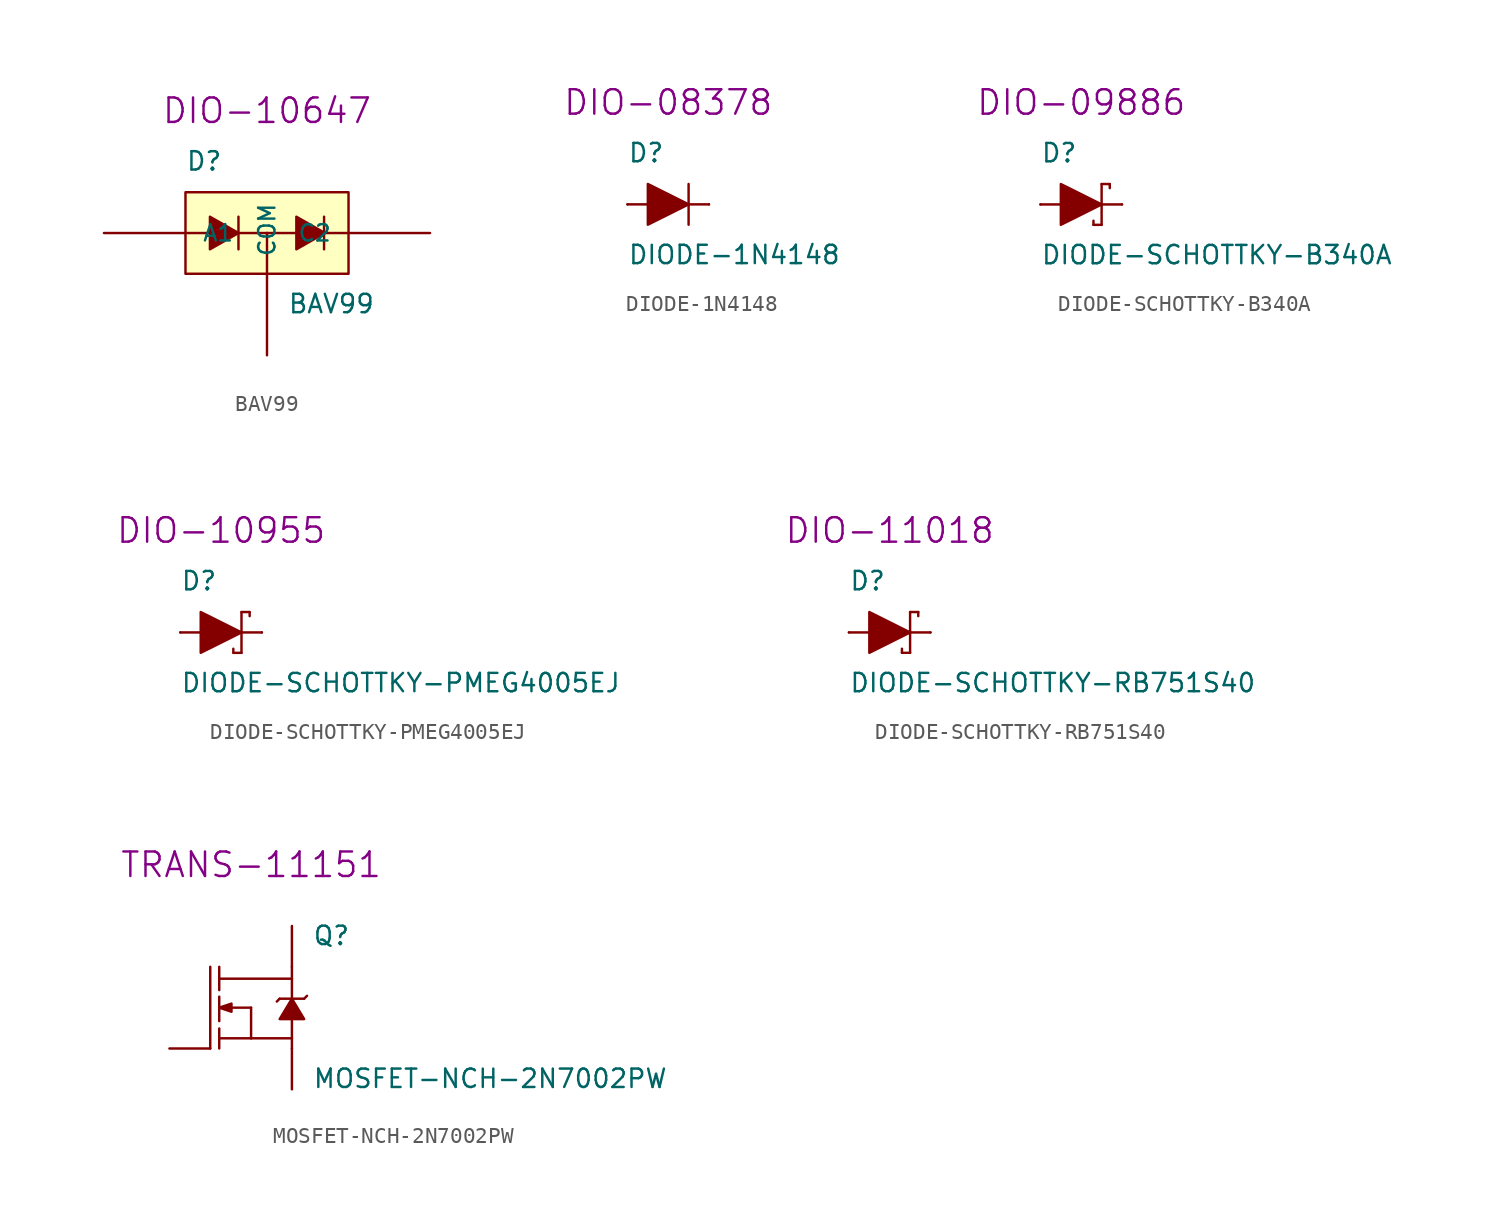
<source format=kicad_sym>
(kicad_symbol_lib
  (version 20220914)
  (generator kicad_symbol_editor)
  (symbol "BAV99"
    (pin_numbers hide)
    (pin_names
      (offset 1.016))
    (property "Reference" "D"
      (at -5.08 3.81 0)
      (effects (font (size 1.143 1.143)) (justify left bottom)))
    (property "Value" "BAV99"
      (at 1.27 -5.08 0)
      (effects (font (size 1.143 1.143)) (justify left bottom)))
    (property "Field4" "DIO-10647"
      (at 0 7.62 0)
      (effects (font (size 1.524 1.524))))
    (property "ki_locked" ""
      (at 0 0 0)
      (effects (font (size 1.27 1.27))))
    (symbol "BAV99_1_0"
      (polyline (pts (xy -5.08 0) (xy -3.556 0)) (stroke (width 0) (type solid)) (fill (type none)))
      (polyline (pts (xy -1.778 0) (xy -1.778 -1.016)) (stroke (width 0) (type solid)) (fill (type none)))
      (polyline (pts (xy -1.778 1.016) (xy -1.778 0)) (stroke (width 0) (type solid)) (fill (type none)))
      (polyline (pts (xy 0 -2.54) (xy 0 0)) (stroke (width 0) (type solid)) (fill (type none)))
      (polyline (pts (xy 0 0) (xy -1.778 0)) (stroke (width 0) (type solid)) (fill (type none)))
      (polyline (pts (xy 1.778 0) (xy 0 0)) (stroke (width 0) (type solid)) (fill (type none)))
      (polyline (pts (xy 3.556 0) (xy 3.556 -1.016)) (stroke (width 0) (type solid)) (fill (type none)))
      (polyline (pts (xy 3.556 1.016) (xy 3.556 0)) (stroke (width 0) (type solid)) (fill (type none)))
      (polyline (pts (xy 5.08 0) (xy 3.556 0)) (stroke (width 0) (type solid)) (fill (type none))))
    (symbol "BAV99_1_1"
      (polyline (pts (xy -3.556 1.016) (xy -1.778 0) (xy -1.778 0) (xy -3.556 -1.016) (xy -3.556 -1.016) (xy -3.556 1.016)) (stroke (width 0) (type solid)) (fill (type outline)))
      (polyline (pts (xy 1.829 1.016) (xy 3.607 0) (xy 3.607 0) (xy 1.829 -1.016) (xy 1.829 -1.016) (xy 1.829 1.016)) (stroke (width 0) (type solid)) (fill (type outline)))
      (polyline (pts (xy -5.08 2.54) (xy 5.08 2.54) (xy 5.08 0) (xy 5.08 -2.54) (xy 0 -2.54) (xy -5.08 -2.54) (xy -5.08 0) (xy -5.08 2.54)) (stroke (width 0) (type solid)) (fill (type background)))
      (pin bidirectional line (at -10.16 0 0) (length 5.08) (name "A1" (effects (font (size 1.016 1.016)))) (number "1" (effects (font (size 1.016 1.016)))))
      (pin bidirectional line (at 10.16 0 180) (length 5.08) (name "C2" (effects (font (size 1.016 1.016)))) (number "2" (effects (font (size 1.016 1.016)))))
      (pin bidirectional line (at 0 -7.62 90) (length 5.08) (name "COM" (effects (font (size 1.016 1.016)))) (number "3" (effects (font (size 1.016 1.016)))))))
  (symbol "DIODE-1N4148"
    (pin_numbers hide)
    (pin_names
      (offset 1.016) hide)
    (property "Reference" "D"
      (at -2.54 2.54 0)
      (effects (font (size 1.143 1.143)) (justify left bottom)))
    (property "Value" "DIODE-1N4148"
      (at -2.54 -3.81 0)
      (effects (font (size 1.143 1.143)) (justify left bottom)))
    (property "Field4" "DIO-08378"
      (at 0 6.35 0)
      (effects (font (size 1.524 1.524))))
    (property "ki_locked" ""
      (at 0 0 0)
      (effects (font (size 1.27 1.27))))
    (symbol "DIODE-1N4148_1_0"
      (polyline (pts (xy -2.54 0) (xy -1.27 0)) (stroke (width 0) (type solid)) (fill (type none)))
      (polyline (pts (xy 1.27 0) (xy 1.27 -1.27)) (stroke (width 0) (type solid)) (fill (type none)))
      (polyline (pts (xy 1.27 1.27) (xy 1.27 0)) (stroke (width 0) (type solid)) (fill (type none)))
      (polyline (pts (xy 2.54 0) (xy 1.27 0)) (stroke (width 0) (type solid)) (fill (type none))))
    (symbol "DIODE-1N4148_1_1"
      (polyline (pts (xy -1.27 1.27) (xy 1.27 0) (xy 1.27 0) (xy -1.27 -1.27) (xy -1.27 -1.27) (xy -1.27 1.27)) (stroke (width 0) (type solid)) (fill (type outline)))
      (pin passive line (at -2.54 0 0) (length 0) (name "A" (effects (font (size 1.016 1.016)))) (number "A" (effects (font (size 1.016 1.016)))))
      (pin passive line (at 2.54 0 180) (length 0) (name "C" (effects (font (size 1.016 1.016)))) (number "C" (effects (font (size 1.016 1.016)))))))
  (symbol "DIODE-SCHOTTKY-B340A"
    (pin_numbers hide)
    (pin_names
      (offset 1.016) hide)
    (property "Reference" "D"
      (at -2.54 2.54 0)
      (effects (font (size 1.143 1.143)) (justify left bottom)))
    (property "Value" "DIODE-SCHOTTKY-B340A"
      (at -2.54 -3.81 0)
      (effects (font (size 1.143 1.143)) (justify left bottom)))
    (property "Field4" "DIO-09886"
      (at 0 6.35 0)
      (effects (font (size 1.524 1.524))))
    (property "ki_locked" ""
      (at 0 0 0)
      (effects (font (size 1.27 1.27))))
    (symbol "DIODE-SCHOTTKY-B340A_1_0"
      (polyline (pts (xy -2.54 0) (xy -1.27 0)) (stroke (width 0) (type solid)) (fill (type none)))
      (polyline (pts (xy 0.762 -1.27) (xy 0.762 -1.016)) (stroke (width 0) (type solid)) (fill (type none)))
      (polyline (pts (xy 1.27 -1.27) (xy 0.762 -1.27)) (stroke (width 0) (type solid)) (fill (type none)))
      (polyline (pts (xy 1.27 0) (xy 1.27 -1.27)) (stroke (width 0) (type solid)) (fill (type none)))
      (polyline (pts (xy 1.27 1.27) (xy 1.27 0)) (stroke (width 0) (type solid)) (fill (type none)))
      (polyline (pts (xy 1.27 1.27) (xy 1.778 1.27)) (stroke (width 0) (type solid)) (fill (type none)))
      (polyline (pts (xy 1.778 1.27) (xy 1.778 1.016)) (stroke (width 0) (type solid)) (fill (type none)))
      (polyline (pts (xy 2.54 0) (xy 1.27 0)) (stroke (width 0) (type solid)) (fill (type none))))
    (symbol "DIODE-SCHOTTKY-B340A_1_1"
      (polyline (pts (xy -1.27 1.27) (xy 1.27 0) (xy 1.27 0) (xy -1.27 -1.27) (xy -1.27 -1.27) (xy -1.27 1.27)) (stroke (width 0) (type solid)) (fill (type outline)))
      (pin passive line (at -2.54 0 0) (length 0) (name "A" (effects (font (size 1.016 1.016)))) (number "A" (effects (font (size 1.016 1.016)))))
      (pin passive line (at 2.54 0 180) (length 0) (name "C" (effects (font (size 1.016 1.016)))) (number "C" (effects (font (size 1.016 1.016)))))))
  (symbol "DIODE-SCHOTTKY-PMEG4005EJ"
    (pin_numbers hide)
    (pin_names
      (offset 1.016) hide)
    (property "Reference" "D"
      (at -2.54 2.54 0)
      (effects (font (size 1.143 1.143)) (justify left bottom)))
    (property "Value" "DIODE-SCHOTTKY-PMEG4005EJ"
      (at -2.54 -3.81 0)
      (effects (font (size 1.143 1.143)) (justify left bottom)))
    (property "Field4" "DIO-10955"
      (at 0 6.35 0)
      (effects (font (size 1.524 1.524))))
    (property "ki_locked" ""
      (at 0 0 0)
      (effects (font (size 1.27 1.27))))
    (symbol "DIODE-SCHOTTKY-PMEG4005EJ_1_0"
      (polyline (pts (xy -2.54 0) (xy -1.27 0)) (stroke (width 0) (type solid)) (fill (type none)))
      (polyline (pts (xy 0.762 -1.27) (xy 0.762 -1.016)) (stroke (width 0) (type solid)) (fill (type none)))
      (polyline (pts (xy 1.27 -1.27) (xy 0.762 -1.27)) (stroke (width 0) (type solid)) (fill (type none)))
      (polyline (pts (xy 1.27 0) (xy 1.27 -1.27)) (stroke (width 0) (type solid)) (fill (type none)))
      (polyline (pts (xy 1.27 1.27) (xy 1.27 0)) (stroke (width 0) (type solid)) (fill (type none)))
      (polyline (pts (xy 1.27 1.27) (xy 1.778 1.27)) (stroke (width 0) (type solid)) (fill (type none)))
      (polyline (pts (xy 1.778 1.27) (xy 1.778 1.016)) (stroke (width 0) (type solid)) (fill (type none)))
      (polyline (pts (xy 2.54 0) (xy 1.27 0)) (stroke (width 0) (type solid)) (fill (type none))))
    (symbol "DIODE-SCHOTTKY-PMEG4005EJ_1_1"
      (polyline (pts (xy -1.27 1.27) (xy 1.27 0) (xy 1.27 0) (xy -1.27 -1.27) (xy -1.27 -1.27) (xy -1.27 1.27)) (stroke (width 0) (type solid)) (fill (type outline)))
      (pin passive line (at -2.54 0 0) (length 0) (name "A" (effects (font (size 1.016 1.016)))) (number "A" (effects (font (size 1.016 1.016)))))
      (pin passive line (at 2.54 0 180) (length 0) (name "C" (effects (font (size 1.016 1.016)))) (number "C" (effects (font (size 1.016 1.016)))))))
  (symbol "DIODE-SCHOTTKY-RB751S40"
    (pin_numbers hide)
    (pin_names
      (offset 1.016) hide)
    (property "Reference" "D"
      (at -2.54 2.54 0)
      (effects (font (size 1.143 1.143)) (justify left bottom)))
    (property "Value" "DIODE-SCHOTTKY-RB751S40"
      (at -2.54 -3.81 0)
      (effects (font (size 1.143 1.143)) (justify left bottom)))
    (property "Field4" "DIO-11018"
      (at 0 6.35 0)
      (effects (font (size 1.524 1.524))))
    (property "ki_locked" ""
      (at 0 0 0)
      (effects (font (size 1.27 1.27))))
    (symbol "DIODE-SCHOTTKY-RB751S40_1_0"
      (polyline (pts (xy -2.54 0) (xy -1.27 0)) (stroke (width 0) (type solid)) (fill (type none)))
      (polyline (pts (xy 0.762 -1.27) (xy 0.762 -1.016)) (stroke (width 0) (type solid)) (fill (type none)))
      (polyline (pts (xy 1.27 -1.27) (xy 0.762 -1.27)) (stroke (width 0) (type solid)) (fill (type none)))
      (polyline (pts (xy 1.27 0) (xy 1.27 -1.27)) (stroke (width 0) (type solid)) (fill (type none)))
      (polyline (pts (xy 1.27 1.27) (xy 1.27 0)) (stroke (width 0) (type solid)) (fill (type none)))
      (polyline (pts (xy 1.27 1.27) (xy 1.778 1.27)) (stroke (width 0) (type solid)) (fill (type none)))
      (polyline (pts (xy 1.778 1.27) (xy 1.778 1.016)) (stroke (width 0) (type solid)) (fill (type none)))
      (polyline (pts (xy 2.54 0) (xy 1.27 0)) (stroke (width 0) (type solid)) (fill (type none))))
    (symbol "DIODE-SCHOTTKY-RB751S40_1_1"
      (polyline (pts (xy -1.27 1.27) (xy 1.27 0) (xy 1.27 0) (xy -1.27 -1.27) (xy -1.27 -1.27) (xy -1.27 1.27)) (stroke (width 0) (type solid)) (fill (type outline)))
      (pin passive line (at -2.54 0 0) (length 0) (name "A" (effects (font (size 1.016 1.016)))) (number "A" (effects (font (size 1.016 1.016)))))
      (pin passive line (at 2.54 0 180) (length 0) (name "C" (effects (font (size 1.016 1.016)))) (number "C" (effects (font (size 1.016 1.016)))))))
  (symbol "MOSFET-NCH-2N7002PW"
    (pin_numbers hide)
    (pin_names
      (offset 1.016) hide)
    (property "Reference" "Q"
      (at 3.81 3.81 0)
      (effects (font (size 1.143 1.143)) (justify left bottom)))
    (property "Value" "MOSFET-NCH-2N7002PW"
      (at 3.81 -5.08 0)
      (effects (font (size 1.143 1.143)) (justify left bottom)))
    (property "Field4" "TRANS-11151"
      (at 0 8.89 0)
      (effects (font (size 1.524 1.524))))
    (property "ki_locked" ""
      (at 0 0 0)
      (effects (font (size 1.27 1.27))))
    (symbol "MOSFET-NCH-2N7002PW_1_0"
      (polyline (pts (xy -2.54 -2.54) (xy -2.54 2.54)) (stroke (width 0) (type solid)) (fill (type none)))
      (polyline (pts (xy -1.981 -1.905) (xy -1.981 -2.54)) (stroke (width 0) (type solid)) (fill (type none)))
      (polyline (pts (xy -1.981 -1.905) (xy 0 -1.905)) (stroke (width 0) (type solid)) (fill (type none)))
      (polyline (pts (xy -1.981 -1.295) (xy -1.981 -1.905)) (stroke (width 0) (type solid)) (fill (type none)))
      (polyline (pts (xy -1.981 0.686) (xy -1.981 -0.838)) (stroke (width 0) (type solid)) (fill (type none)))
      (polyline (pts (xy -1.981 1.803) (xy -1.981 1.092)) (stroke (width 0) (type solid)) (fill (type none)))
      (polyline (pts (xy -1.981 1.803) (xy 2.54 1.803)) (stroke (width 0) (type solid)) (fill (type none)))
      (polyline (pts (xy -1.981 2.54) (xy -1.981 1.803)) (stroke (width 0) (type solid)) (fill (type none)))
      (polyline (pts (xy 0 -1.905) (xy 0 0)) (stroke (width 0) (type solid)) (fill (type none)))
      (polyline (pts (xy 0 0) (xy -1.219 0)) (stroke (width 0) (type solid)) (fill (type none)))
      (polyline (pts (xy 1.6 0.381) (xy 1.778 0.559)) (stroke (width 0) (type solid)) (fill (type none)))
      (polyline (pts (xy 2.54 -2.54) (xy 2.54 -1.905)) (stroke (width 0) (type solid)) (fill (type none)))
      (polyline (pts (xy 2.54 -1.905) (xy 0 -1.905)) (stroke (width 0) (type solid)) (fill (type none)))
      (polyline (pts (xy 2.54 -0.711) (xy 2.54 -1.905)) (stroke (width 0) (type solid)) (fill (type none)))
      (polyline (pts (xy 2.54 0.559) (xy 1.778 0.559)) (stroke (width 0) (type solid)) (fill (type none)))
      (polyline (pts (xy 2.54 0.559) (xy 3.302 0.559)) (stroke (width 0) (type solid)) (fill (type none)))
      (polyline (pts (xy 2.54 1.803) (xy 2.54 0.559)) (stroke (width 0) (type solid)) (fill (type none)))
      (polyline (pts (xy 2.54 2.54) (xy 2.54 1.803)) (stroke (width 0) (type solid)) (fill (type none)))
      (polyline (pts (xy 3.302 0.559) (xy 3.48 0.737)) (stroke (width 0) (type solid)) (fill (type none))))
    (symbol "MOSFET-NCH-2N7002PW_1_1"
      (polyline (pts (xy -1.981 0) (xy -1.219 0.254) (xy -1.219 0.254) (xy -1.219 -0.254) (xy -1.219 -0.254) (xy -1.981 0)) (stroke (width 0) (type solid)) (fill (type outline)))
      (polyline (pts (xy 1.778 -0.711) (xy 2.54 0.559) (xy 2.54 0.559) (xy 3.302 -0.711) (xy 3.302 -0.711) (xy 1.778 -0.711)) (stroke (width 0) (type solid)) (fill (type outline)))
      (pin bidirectional line (at -5.08 -2.54 0) (length 2.54) (name "G" (effects (font (size 1.016 1.016)))) (number "1" (effects (font (size 1.016 1.016)))))
      (pin bidirectional line (at 2.54 -5.08 90) (length 2.54) (name "S" (effects (font (size 1.016 1.016)))) (number "2" (effects (font (size 1.016 1.016)))))
      (pin bidirectional line (at 2.54 5.08 270) (length 2.54) (name "D" (effects (font (size 1.016 1.016)))) (number "3" (effects (font (size 1.016 1.016))))))))
</source>
